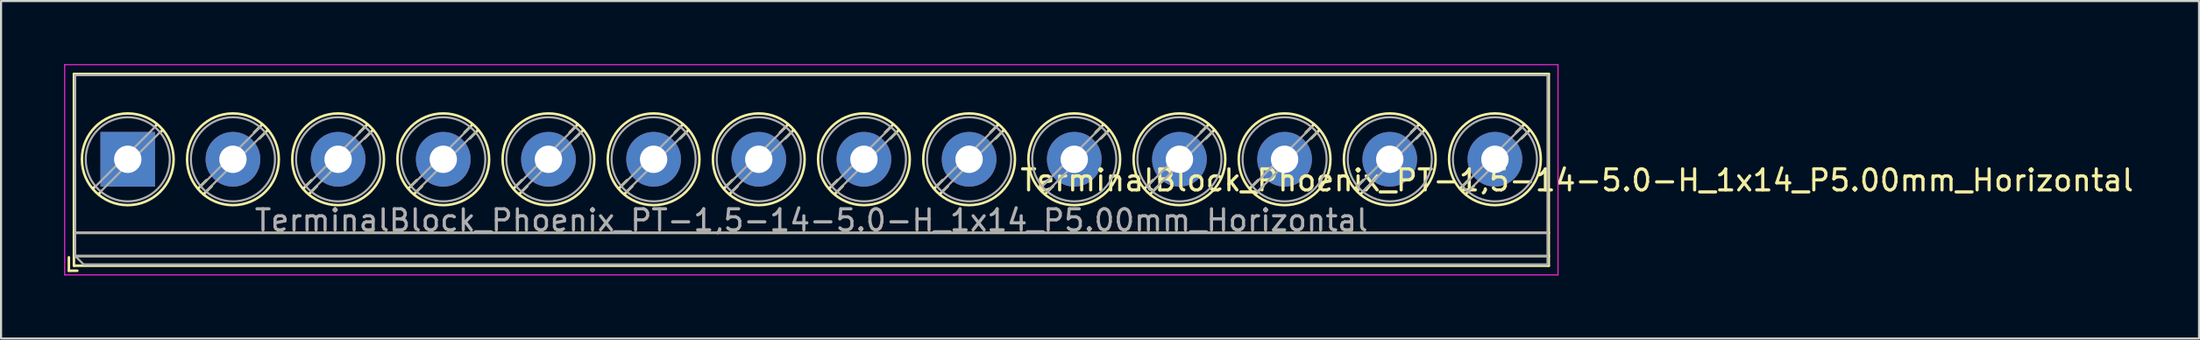
<source format=kicad_pcb>
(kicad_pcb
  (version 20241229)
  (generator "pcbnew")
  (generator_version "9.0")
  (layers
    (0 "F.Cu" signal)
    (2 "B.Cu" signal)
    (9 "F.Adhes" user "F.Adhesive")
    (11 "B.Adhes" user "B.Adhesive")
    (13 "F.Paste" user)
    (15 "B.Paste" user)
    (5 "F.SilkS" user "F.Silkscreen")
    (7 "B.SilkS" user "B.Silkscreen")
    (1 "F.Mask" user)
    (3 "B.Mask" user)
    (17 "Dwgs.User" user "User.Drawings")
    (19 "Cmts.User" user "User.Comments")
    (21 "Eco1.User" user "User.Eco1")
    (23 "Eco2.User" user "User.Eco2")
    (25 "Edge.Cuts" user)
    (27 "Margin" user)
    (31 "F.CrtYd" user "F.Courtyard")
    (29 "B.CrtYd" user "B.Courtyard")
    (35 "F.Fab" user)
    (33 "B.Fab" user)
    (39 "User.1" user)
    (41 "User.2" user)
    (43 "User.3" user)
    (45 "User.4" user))
  (footprint "TerminalBlock_Phoenix_PT-1,5-14-5.0-H_1x14_P5.00mm_Horizontal"
    (layer "F.Cu")
    (at 3.025 4.525)
    (property "Reference" "TerminalBlock_Phoenix_PT-1,5-14-5.0-H_1x14_P5.00mm_Horizontal" (at 68.9 1 0) (layer "F.SilkS") (effects (font (size 1 1) (thickness 0.15))))
    (attr through_hole)
    (fp_line (start -2.8 4.66) (end -2.8 5.3) (stroke (width 0.12) (type solid)) (layer "F.SilkS"))
    (fp_line (start -2.8 5.3) (end -2.4 5.3) (stroke (width 0.12) (type solid)) (layer "F.SilkS"))
    (fp_line (start -2.56 -4.06) (end -2.56 5.06) (stroke (width 0.12) (type solid)) (layer "F.SilkS"))
    (fp_line (start -2.56 -4.06) (end 67.56 -4.06) (stroke (width 0.12) (type solid)) (layer "F.SilkS"))
    (fp_line (start -2.56 3.5) (end 67.56 3.5) (stroke (width 0.12) (type solid)) (layer "F.SilkS"))
    (fp_line (start -2.56 4.6) (end 67.56 4.6) (stroke (width 0.12) (type solid)) (layer "F.SilkS"))
    (fp_line (start -2.56 5.06) (end 67.56 5.06) (stroke (width 0.12) (type solid)) (layer "F.SilkS"))
    (fp_line (start -1.548 1.281) (end -1.654 1.388) (stroke (width 0.12) (type solid)) (layer "F.SilkS"))
    (fp_line (start -1.282 1.547) (end -1.388 1.654) (stroke (width 0.12) (type solid)) (layer "F.SilkS"))
    (fp_line (start 1.388 -1.654) (end 1.281 -1.547) (stroke (width 0.12) (type solid)) (layer "F.SilkS"))
    (fp_line (start 1.654 -1.388) (end 1.547 -1.281) (stroke (width 0.12) (type solid)) (layer "F.SilkS"))
    (fp_line (start 3.742 0.992) (end 3.347 1.388) (stroke (width 0.12) (type solid)) (layer "F.SilkS"))
    (fp_line (start 3.993 1.274) (end 3.613 1.654) (stroke (width 0.12) (type solid)) (layer "F.SilkS"))
    (fp_line (start 6.388 -1.654) (end 6.008 -1.274) (stroke (width 0.12) (type solid)) (layer "F.SilkS"))
    (fp_line (start 6.654 -1.388) (end 6.259 -0.992) (stroke (width 0.12) (type solid)) (layer "F.SilkS"))
    (fp_line (start 8.742 0.992) (end 8.347 1.388) (stroke (width 0.12) (type solid)) (layer "F.SilkS"))
    (fp_line (start 8.993 1.274) (end 8.613 1.654) (stroke (width 0.12) (type solid)) (layer "F.SilkS"))
    (fp_line (start 11.388 -1.654) (end 11.008 -1.274) (stroke (width 0.12) (type solid)) (layer "F.SilkS"))
    (fp_line (start 11.654 -1.388) (end 11.259 -0.992) (stroke (width 0.12) (type solid)) (layer "F.SilkS"))
    (fp_line (start 13.742 0.992) (end 13.347 1.388) (stroke (width 0.12) (type solid)) (layer "F.SilkS"))
    (fp_line (start 13.993 1.274) (end 13.613 1.654) (stroke (width 0.12) (type solid)) (layer "F.SilkS"))
    (fp_line (start 16.388 -1.654) (end 16.008 -1.274) (stroke (width 0.12) (type solid)) (layer "F.SilkS"))
    (fp_line (start 16.654 -1.388) (end 16.259 -0.992) (stroke (width 0.12) (type solid)) (layer "F.SilkS"))
    (fp_line (start 18.742 0.992) (end 18.347 1.388) (stroke (width 0.12) (type solid)) (layer "F.SilkS"))
    (fp_line (start 18.993 1.274) (end 18.613 1.654) (stroke (width 0.12) (type solid)) (layer "F.SilkS"))
    (fp_line (start 21.388 -1.654) (end 21.008 -1.274) (stroke (width 0.12) (type solid)) (layer "F.SilkS"))
    (fp_line (start 21.654 -1.388) (end 21.259 -0.992) (stroke (width 0.12) (type solid)) (layer "F.SilkS"))
    (fp_line (start 23.742 0.992) (end 23.347 1.388) (stroke (width 0.12) (type solid)) (layer "F.SilkS"))
    (fp_line (start 23.993 1.274) (end 23.613 1.654) (stroke (width 0.12) (type solid)) (layer "F.SilkS"))
    (fp_line (start 26.388 -1.654) (end 26.008 -1.274) (stroke (width 0.12) (type solid)) (layer "F.SilkS"))
    (fp_line (start 26.654 -1.388) (end 26.259 -0.992) (stroke (width 0.12) (type solid)) (layer "F.SilkS"))
    (fp_line (start 28.742 0.992) (end 28.347 1.388) (stroke (width 0.12) (type solid)) (layer "F.SilkS"))
    (fp_line (start 28.993 1.274) (end 28.613 1.654) (stroke (width 0.12) (type solid)) (layer "F.SilkS"))
    (fp_line (start 31.388 -1.654) (end 31.008 -1.274) (stroke (width 0.12) (type solid)) (layer "F.SilkS"))
    (fp_line (start 31.654 -1.388) (end 31.259 -0.992) (stroke (width 0.12) (type solid)) (layer "F.SilkS"))
    (fp_line (start 33.742 0.992) (end 33.347 1.388) (stroke (width 0.12) (type solid)) (layer "F.SilkS"))
    (fp_line (start 33.993 1.274) (end 33.613 1.654) (stroke (width 0.12) (type solid)) (layer "F.SilkS"))
    (fp_line (start 36.388 -1.654) (end 36.008 -1.274) (stroke (width 0.12) (type solid)) (layer "F.SilkS"))
    (fp_line (start 36.654 -1.388) (end 36.259 -0.992) (stroke (width 0.12) (type solid)) (layer "F.SilkS"))
    (fp_line (start 38.742 0.992) (end 38.347 1.388) (stroke (width 0.12) (type solid)) (layer "F.SilkS"))
    (fp_line (start 38.993 1.274) (end 38.613 1.654) (stroke (width 0.12) (type solid)) (layer "F.SilkS"))
    (fp_line (start 41.388 -1.654) (end 41.008 -1.274) (stroke (width 0.12) (type solid)) (layer "F.SilkS"))
    (fp_line (start 41.654 -1.388) (end 41.259 -0.992) (stroke (width 0.12) (type solid)) (layer "F.SilkS"))
    (fp_line (start 43.742 0.992) (end 43.347 1.388) (stroke (width 0.12) (type solid)) (layer "F.SilkS"))
    (fp_line (start 43.993 1.274) (end 43.613 1.654) (stroke (width 0.12) (type solid)) (layer "F.SilkS"))
    (fp_line (start 46.388 -1.654) (end 46.008 -1.274) (stroke (width 0.12) (type solid)) (layer "F.SilkS"))
    (fp_line (start 46.654 -1.388) (end 46.259 -0.992) (stroke (width 0.12) (type solid)) (layer "F.SilkS"))
    (fp_line (start 48.742 0.992) (end 48.347 1.388) (stroke (width 0.12) (type solid)) (layer "F.SilkS"))
    (fp_line (start 48.993 1.274) (end 48.613 1.654) (stroke (width 0.12) (type solid)) (layer "F.SilkS"))
    (fp_line (start 51.388 -1.654) (end 51.008 -1.274) (stroke (width 0.12) (type solid)) (layer "F.SilkS"))
    (fp_line (start 51.654 -1.388) (end 51.259 -0.992) (stroke (width 0.12) (type solid)) (layer "F.SilkS"))
    (fp_line (start 53.742 0.992) (end 53.347 1.388) (stroke (width 0.12) (type solid)) (layer "F.SilkS"))
    (fp_line (start 53.993 1.274) (end 53.613 1.654) (stroke (width 0.12) (type solid)) (layer "F.SilkS"))
    (fp_line (start 56.388 -1.654) (end 56.008 -1.274) (stroke (width 0.12) (type solid)) (layer "F.SilkS"))
    (fp_line (start 56.654 -1.388) (end 56.259 -0.992) (stroke (width 0.12) (type solid)) (layer "F.SilkS"))
    (fp_line (start 58.742 0.992) (end 58.347 1.388) (stroke (width 0.12) (type solid)) (layer "F.SilkS"))
    (fp_line (start 58.993 1.274) (end 58.613 1.654) (stroke (width 0.12) (type solid)) (layer "F.SilkS"))
    (fp_line (start 61.388 -1.654) (end 61.008 -1.274) (stroke (width 0.12) (type solid)) (layer "F.SilkS"))
    (fp_line (start 61.654 -1.388) (end 61.259 -0.992) (stroke (width 0.12) (type solid)) (layer "F.SilkS"))
    (fp_line (start 63.742 0.992) (end 63.347 1.388) (stroke (width 0.12) (type solid)) (layer "F.SilkS"))
    (fp_line (start 63.993 1.274) (end 63.613 1.654) (stroke (width 0.12) (type solid)) (layer "F.SilkS"))
    (fp_line (start 66.388 -1.654) (end 66.008 -1.274) (stroke (width 0.12) (type solid)) (layer "F.SilkS"))
    (fp_line (start 66.654 -1.388) (end 66.259 -0.992) (stroke (width 0.12) (type solid)) (layer "F.SilkS"))
    (fp_line (start 67.56 -4.06) (end 67.56 5.06) (stroke (width 0.12) (type solid)) (layer "F.SilkS"))
    (fp_circle (center 0 0) (end 2.18 0) (stroke (width 0.12) (type solid)) (fill no) (layer "F.SilkS"))
    (fp_circle (center 5 0) (end 7.18 0) (stroke (width 0.12) (type solid)) (fill no) (layer "F.SilkS"))
    (fp_circle (center 10 0) (end 12.18 0) (stroke (width 0.12) (type solid)) (fill no) (layer "F.SilkS"))
    (fp_circle (center 15 0) (end 17.18 0) (stroke (width 0.12) (type solid)) (fill no) (layer "F.SilkS"))
    (fp_circle (center 20 0) (end 22.18 0) (stroke (width 0.12) (type solid)) (fill no) (layer "F.SilkS"))
    (fp_circle (center 25 0) (end 27.18 0) (stroke (width 0.12) (type solid)) (fill no) (layer "F.SilkS"))
    (fp_circle (center 30 0) (end 32.18 0) (stroke (width 0.12) (type solid)) (fill no) (layer "F.SilkS"))
    (fp_circle (center 35 0) (end 37.18 0) (stroke (width 0.12) (type solid)) (fill no) (layer "F.SilkS"))
    (fp_circle (center 40 0) (end 42.18 0) (stroke (width 0.12) (type solid)) (fill no) (layer "F.SilkS"))
    (fp_circle (center 45 0) (end 47.18 0) (stroke (width 0.12) (type solid)) (fill no) (layer "F.SilkS"))
    (fp_circle (center 50 0) (end 52.18 0) (stroke (width 0.12) (type solid)) (fill no) (layer "F.SilkS"))
    (fp_circle (center 55 0) (end 57.18 0) (stroke (width 0.12) (type solid)) (fill no) (layer "F.SilkS"))
    (fp_circle (center 60 0) (end 62.18 0) (stroke (width 0.12) (type solid)) (fill no) (layer "F.SilkS"))
    (fp_circle (center 65 0) (end 67.18 0) (stroke (width 0.12) (type solid)) (fill no) (layer "F.SilkS"))
    (fp_line (start -3 -4.5) (end -3 5.5) (stroke (width 0.05) (type solid)) (layer "F.CrtYd"))
    (fp_line (start -3 5.5) (end 68 5.5) (stroke (width 0.05) (type solid)) (layer "F.CrtYd"))
    (fp_line (start 68 -4.5) (end -3 -4.5) (stroke (width 0.05) (type solid)) (layer "F.CrtYd"))
    (fp_line (start 68 5.5) (end 68 -4.5) (stroke (width 0.05) (type solid)) (layer "F.CrtYd"))
    (fp_line (start -2.5 -4) (end 67.5 -4) (stroke (width 0.1) (type solid)) (layer "F.Fab"))
    (fp_line (start -2.5 3.5) (end 67.5 3.5) (stroke (width 0.1) (type solid)) (layer "F.Fab"))
    (fp_line (start -2.5 4.6) (end -2.5 -4) (stroke (width 0.1) (type solid)) (layer "F.Fab"))
    (fp_line (start -2.5 4.6) (end 67.5 4.6) (stroke (width 0.1) (type solid)) (layer "F.Fab"))
    (fp_line (start -2.1 5) (end -2.5 4.6) (stroke (width 0.1) (type solid)) (layer "F.Fab"))
    (fp_line (start 1.273 -1.517) (end -1.517 1.273) (stroke (width 0.1) (type solid)) (layer "F.Fab"))
    (fp_line (start 1.517 -1.273) (end -1.273 1.517) (stroke (width 0.1) (type solid)) (layer "F.Fab"))
    (fp_line (start 6.273 -1.517) (end 3.484 1.273) (stroke (width 0.1) (type solid)) (layer "F.Fab"))
    (fp_line (start 6.517 -1.273) (end 3.728 1.517) (stroke (width 0.1) (type solid)) (layer "F.Fab"))
    (fp_line (start 11.273 -1.517) (end 8.484 1.273) (stroke (width 0.1) (type solid)) (layer "F.Fab"))
    (fp_line (start 11.517 -1.273) (end 8.728 1.517) (stroke (width 0.1) (type solid)) (layer "F.Fab"))
    (fp_line (start 16.273 -1.517) (end 13.484 1.273) (stroke (width 0.1) (type solid)) (layer "F.Fab"))
    (fp_line (start 16.517 -1.273) (end 13.728 1.517) (stroke (width 0.1) (type solid)) (layer "F.Fab"))
    (fp_line (start 21.273 -1.517) (end 18.484 1.273) (stroke (width 0.1) (type solid)) (layer "F.Fab"))
    (fp_line (start 21.517 -1.273) (end 18.728 1.517) (stroke (width 0.1) (type solid)) (layer "F.Fab"))
    (fp_line (start 26.273 -1.517) (end 23.484 1.273) (stroke (width 0.1) (type solid)) (layer "F.Fab"))
    (fp_line (start 26.517 -1.273) (end 23.728 1.517) (stroke (width 0.1) (type solid)) (layer "F.Fab"))
    (fp_line (start 31.273 -1.517) (end 28.484 1.273) (stroke (width 0.1) (type solid)) (layer "F.Fab"))
    (fp_line (start 31.517 -1.273) (end 28.728 1.517) (stroke (width 0.1) (type solid)) (layer "F.Fab"))
    (fp_line (start 36.273 -1.517) (end 33.484 1.273) (stroke (width 0.1) (type solid)) (layer "F.Fab"))
    (fp_line (start 36.517 -1.273) (end 33.728 1.517) (stroke (width 0.1) (type solid)) (layer "F.Fab"))
    (fp_line (start 41.273 -1.517) (end 38.484 1.273) (stroke (width 0.1) (type solid)) (layer "F.Fab"))
    (fp_line (start 41.517 -1.273) (end 38.728 1.517) (stroke (width 0.1) (type solid)) (layer "F.Fab"))
    (fp_line (start 46.273 -1.517) (end 43.484 1.273) (stroke (width 0.1) (type solid)) (layer "F.Fab"))
    (fp_line (start 46.517 -1.273) (end 43.728 1.517) (stroke (width 0.1) (type solid)) (layer "F.Fab"))
    (fp_line (start 51.273 -1.517) (end 48.484 1.273) (stroke (width 0.1) (type solid)) (layer "F.Fab"))
    (fp_line (start 51.517 -1.273) (end 48.728 1.517) (stroke (width 0.1) (type solid)) (layer "F.Fab"))
    (fp_line (start 56.273 -1.517) (end 53.484 1.273) (stroke (width 0.1) (type solid)) (layer "F.Fab"))
    (fp_line (start 56.517 -1.273) (end 53.728 1.517) (stroke (width 0.1) (type solid)) (layer "F.Fab"))
    (fp_line (start 61.273 -1.517) (end 58.484 1.273) (stroke (width 0.1) (type solid)) (layer "F.Fab"))
    (fp_line (start 61.517 -1.273) (end 58.728 1.517) (stroke (width 0.1) (type solid)) (layer "F.Fab"))
    (fp_line (start 66.273 -1.517) (end 63.484 1.273) (stroke (width 0.1) (type solid)) (layer "F.Fab"))
    (fp_line (start 66.517 -1.273) (end 63.728 1.517) (stroke (width 0.1) (type solid)) (layer "F.Fab"))
    (fp_line (start 67.5 -4) (end 67.5 5) (stroke (width 0.1) (type solid)) (layer "F.Fab"))
    (fp_line (start 67.5 5) (end -2.1 5) (stroke (width 0.1) (type solid)) (layer "F.Fab"))
    (fp_circle (center 0 0) (end 2 0) (stroke (width 0.1) (type solid)) (fill no) (layer "F.Fab"))
    (fp_circle (center 5 0) (end 7 0) (stroke (width 0.1) (type solid)) (fill no) (layer "F.Fab"))
    (fp_circle (center 10 0) (end 12 0) (stroke (width 0.1) (type solid)) (fill no) (layer "F.Fab"))
    (fp_circle (center 15 0) (end 17 0) (stroke (width 0.1) (type solid)) (fill no) (layer "F.Fab"))
    (fp_circle (center 20 0) (end 22 0) (stroke (width 0.1) (type solid)) (fill no) (layer "F.Fab"))
    (fp_circle (center 25 0) (end 27 0) (stroke (width 0.1) (type solid)) (fill no) (layer "F.Fab"))
    (fp_circle (center 30 0) (end 32 0) (stroke (width 0.1) (type solid)) (fill no) (layer "F.Fab"))
    (fp_circle (center 35 0) (end 37 0) (stroke (width 0.1) (type solid)) (fill no) (layer "F.Fab"))
    (fp_circle (center 40 0) (end 42 0) (stroke (width 0.1) (type solid)) (fill no) (layer "F.Fab"))
    (fp_circle (center 45 0) (end 47 0) (stroke (width 0.1) (type solid)) (fill no) (layer "F.Fab"))
    (fp_circle (center 50 0) (end 52 0) (stroke (width 0.1) (type solid)) (fill no) (layer "F.Fab"))
    (fp_circle (center 55 0) (end 57 0) (stroke (width 0.1) (type solid)) (fill no) (layer "F.Fab"))
    (fp_circle (center 60 0) (end 62 0) (stroke (width 0.1) (type solid)) (fill no) (layer "F.Fab"))
    (fp_circle (center 65 0) (end 67 0) (stroke (width 0.1) (type solid)) (fill no) (layer "F.Fab"))
    (fp_text user "${REFERENCE}" (at 32.5 2.9 0) (layer "F.Fab") (effects (font (size 1 1) (thickness 0.15))))
    (pad "1" thru_hole rect (at 0 0) (size 2.6 2.6) (drill 1.3) (layers "*.Cu" "*.Mask"))
    (pad "2" thru_hole circle (at 5 0) (size 2.6 2.6) (drill 1.3) (layers "*.Cu" "*.Mask"))
    (pad "3" thru_hole circle (at 10 0) (size 2.6 2.6) (drill 1.3) (layers "*.Cu" "*.Mask"))
    (pad "4" thru_hole circle (at 15 0) (size 2.6 2.6) (drill 1.3) (layers "*.Cu" "*.Mask"))
    (pad "5" thru_hole circle (at 20 0) (size 2.6 2.6) (drill 1.3) (layers "*.Cu" "*.Mask"))
    (pad "6" thru_hole circle (at 25 0) (size 2.6 2.6) (drill 1.3) (layers "*.Cu" "*.Mask"))
    (pad "7" thru_hole circle (at 30 0) (size 2.6 2.6) (drill 1.3) (layers "*.Cu" "*.Mask"))
    (pad "8" thru_hole circle (at 35 0) (size 2.6 2.6) (drill 1.3) (layers "*.Cu" "*.Mask"))
    (pad "9" thru_hole circle (at 40 0) (size 2.6 2.6) (drill 1.3) (layers "*.Cu" "*.Mask"))
    (pad "10" thru_hole circle (at 45 0) (size 2.6 2.6) (drill 1.3) (layers "*.Cu" "*.Mask"))
    (pad "11" thru_hole circle (at 50 0) (size 2.6 2.6) (drill 1.3) (layers "*.Cu" "*.Mask"))
    (pad "12" thru_hole circle (at 55 0) (size 2.6 2.6) (drill 1.3) (layers "*.Cu" "*.Mask"))
    (pad "13" thru_hole circle (at 60 0) (size 2.6 2.6) (drill 1.3) (layers "*.Cu" "*.Mask"))
    (pad "14" thru_hole circle (at 65 0) (size 2.6 2.6) (drill 1.3) (layers "*.Cu" "*.Mask")))
  (gr_rect
    (start -3 -3)
    (end 101.502 13.05)
    (stroke (width 0.1) (type default))
    (fill no)
    (layer "Edge.Cuts")))
</source>
